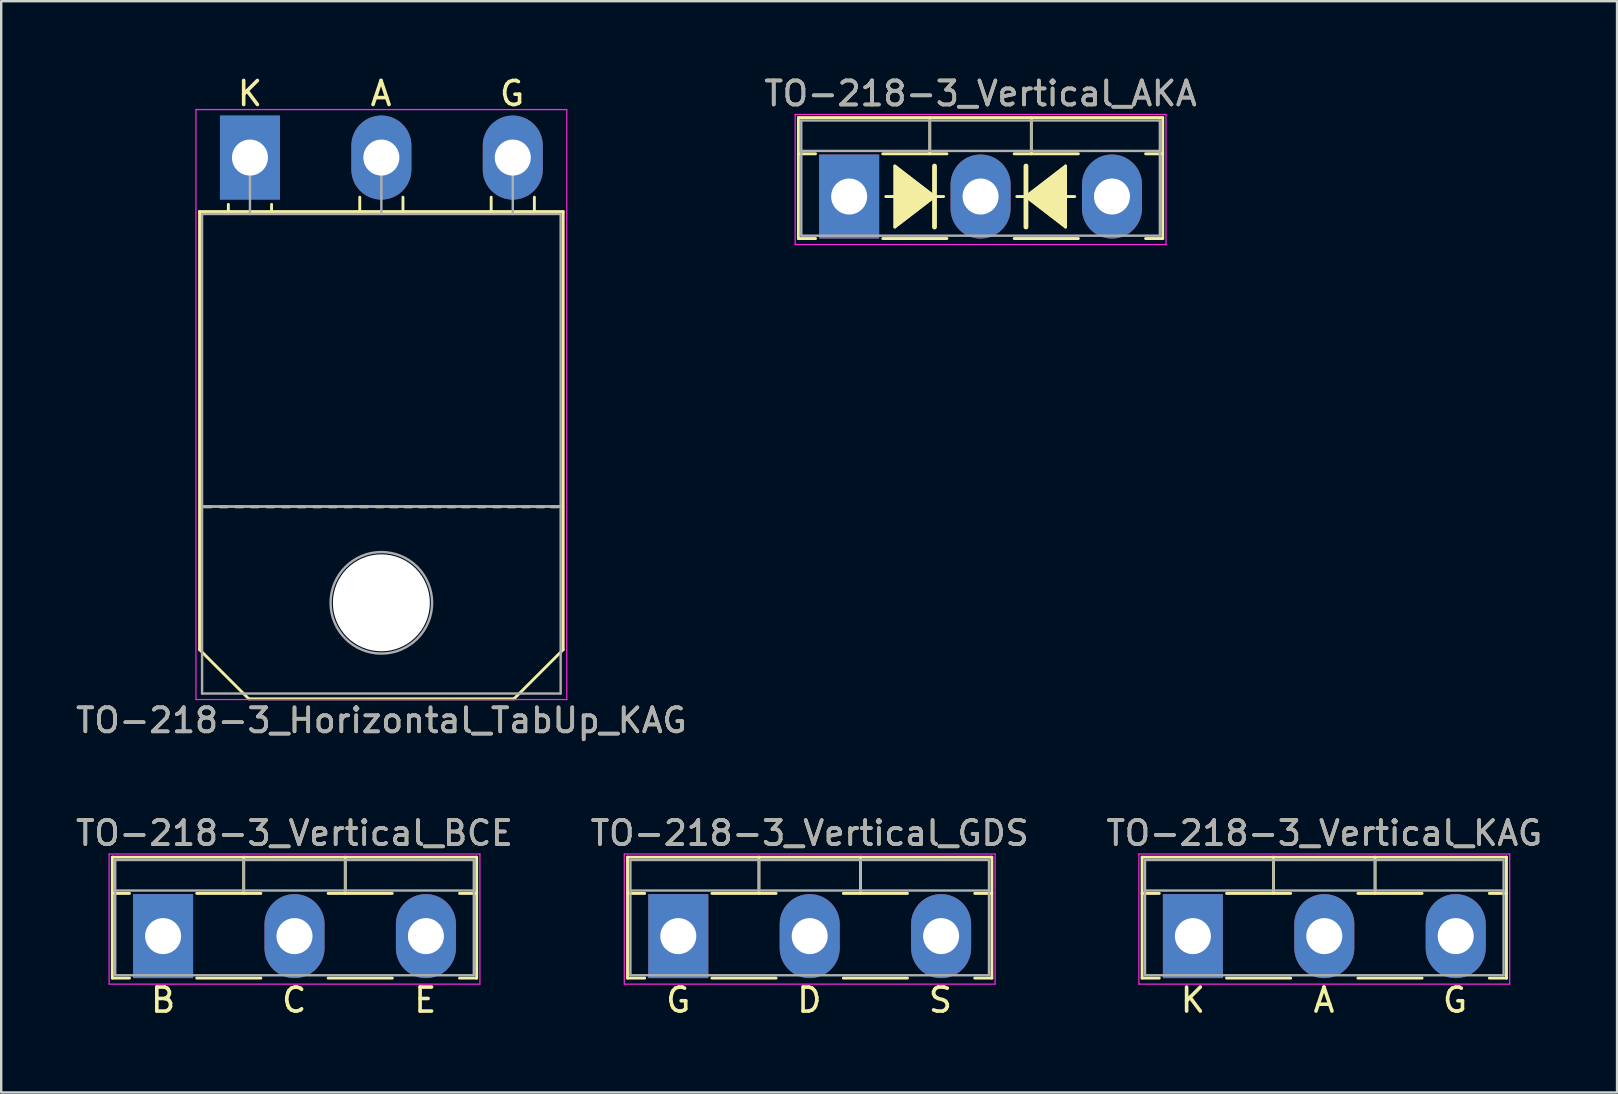
<source format=kicad_pcb>
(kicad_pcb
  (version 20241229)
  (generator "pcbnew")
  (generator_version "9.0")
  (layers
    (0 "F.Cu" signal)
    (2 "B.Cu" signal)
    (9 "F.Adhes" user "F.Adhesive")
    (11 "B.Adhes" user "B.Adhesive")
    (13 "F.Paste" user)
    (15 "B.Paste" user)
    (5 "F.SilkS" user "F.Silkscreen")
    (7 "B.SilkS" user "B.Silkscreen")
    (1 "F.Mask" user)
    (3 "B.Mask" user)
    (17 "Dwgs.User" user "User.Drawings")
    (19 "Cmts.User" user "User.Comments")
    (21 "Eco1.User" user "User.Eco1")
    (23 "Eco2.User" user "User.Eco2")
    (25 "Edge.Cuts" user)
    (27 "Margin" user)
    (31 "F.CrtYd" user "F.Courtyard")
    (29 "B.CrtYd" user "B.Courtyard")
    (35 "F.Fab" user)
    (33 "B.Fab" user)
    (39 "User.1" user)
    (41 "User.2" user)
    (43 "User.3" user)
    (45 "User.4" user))
  (footprint "TO-218-3_Vertical_GDS"
    (layer "F.Cu")
    (at 25.21 35.952)
    (property "Reference" "TO-218-3_Vertical_GDS" (at 5.475 -4.29 0) (layer "F.SilkS") (effects (font (size 1 1) (thickness 0.15))))
    (fp_line (start -2.115 -3.29) (end -2.115 1.75) (stroke (width 0.12) (type solid)) (layer "F.SilkS"))
    (fp_line (start -2.115 -3.29) (end 13.065 -3.29) (stroke (width 0.12) (type solid)) (layer "F.SilkS"))
    (fp_line (start -2.115 -1.78) (end -1.4 -1.78) (stroke (width 0.12) (type solid)) (layer "F.SilkS"))
    (fp_line (start -2.115 1.75) (end -1.4 1.75) (stroke (width 0.12) (type solid)) (layer "F.SilkS"))
    (fp_line (start 1.4 -1.78) (end 4.075 -1.78) (stroke (width 0.12) (type solid)) (layer "F.SilkS"))
    (fp_line (start 1.4 1.75) (end 4.075 1.75) (stroke (width 0.12) (type solid)) (layer "F.SilkS"))
    (fp_line (start 3.36 -3.29) (end 3.36 -1.78) (stroke (width 0.12) (type solid)) (layer "F.SilkS"))
    (fp_line (start 6.875 -1.78) (end 9.55 -1.78) (stroke (width 0.12) (type solid)) (layer "F.SilkS"))
    (fp_line (start 6.875 1.75) (end 9.55 1.75) (stroke (width 0.12) (type solid)) (layer "F.SilkS"))
    (fp_line (start 7.59 -3.29) (end 7.59 -1.78) (stroke (width 0.12) (type solid)) (layer "F.SilkS"))
    (fp_line (start 12.35 -1.78) (end 13.065 -1.78) (stroke (width 0.12) (type solid)) (layer "F.SilkS"))
    (fp_line (start 12.35 1.75) (end 13.065 1.75) (stroke (width 0.12) (type solid)) (layer "F.SilkS"))
    (fp_line (start 13.065 -3.29) (end 13.065 1.75) (stroke (width 0.12) (type solid)) (layer "F.SilkS"))
    (fp_line (start -2.25 -3.42) (end -2.25 2) (stroke (width 0.05) (type solid)) (layer "F.CrtYd"))
    (fp_line (start -2.25 2) (end 13.2 2) (stroke (width 0.05) (type solid)) (layer "F.CrtYd"))
    (fp_line (start 13.2 -3.42) (end -2.25 -3.42) (stroke (width 0.05) (type solid)) (layer "F.CrtYd"))
    (fp_line (start 13.2 2) (end 13.2 -3.42) (stroke (width 0.05) (type solid)) (layer "F.CrtYd"))
    (fp_line (start -1.995 -3.17) (end -1.995 1.63) (stroke (width 0.1) (type solid)) (layer "F.Fab"))
    (fp_line (start -1.995 -1.9) (end 12.945 -1.9) (stroke (width 0.1) (type solid)) (layer "F.Fab"))
    (fp_line (start -1.995 1.63) (end 12.945 1.63) (stroke (width 0.1) (type solid)) (layer "F.Fab"))
    (fp_line (start 3.36 -3.17) (end 3.36 -1.9) (stroke (width 0.1) (type solid)) (layer "F.Fab"))
    (fp_line (start 7.59 -3.17) (end 7.59 -1.9) (stroke (width 0.1) (type solid)) (layer "F.Fab"))
    (fp_line (start 12.945 -3.17) (end -1.995 -3.17) (stroke (width 0.1) (type solid)) (layer "F.Fab"))
    (fp_line (start 12.945 1.63) (end 12.945 -3.17) (stroke (width 0.1) (type solid)) (layer "F.Fab"))
    (fp_text user "S" (at 10.922 2.667 0) (unlocked yes) (layer "F.SilkS") (effects (font (size 1 1) (thickness 0.15))))
    (fp_text user "D" (at 5.461 2.667 0) (unlocked yes) (layer "F.SilkS") (effects (font (size 1 1) (thickness 0.15))))
    (fp_text user "G" (at 0 2.667 0) (unlocked yes) (layer "F.SilkS") (effects (font (size 1 1) (thickness 0.15))))
    (fp_text user "${REFERENCE}" (at 5.475 -4.29 0) (layer "F.Fab") (effects (font (size 1 1) (thickness 0.15))))
    (pad "1" thru_hole rect (at 0 0) (size 2.5 3.5) (drill 1.5) (layers "*.Cu" "*.Mask"))
    (pad "2" thru_hole oval (at 5.475 0) (size 2.5 3.5) (drill 1.5) (layers "*.Cu" "*.Mask"))
    (pad "3" thru_hole oval (at 10.95 0) (size 2.5 3.5) (drill 1.5) (layers "*.Cu" "*.Mask")))
  (footprint "TO-218-3_Vertical_AKA"
    (layer "F.Cu")
    (at 32.329 5.138)
    (property "Reference" "TO-218-3_Vertical_AKA" (at 5.475 -4.29 0) (layer "F.SilkS") (effects (font (size 1 1) (thickness 0.15))))
    (fp_line (start -2.115 -3.29) (end -2.115 1.75) (stroke (width 0.12) (type solid)) (layer "F.SilkS"))
    (fp_line (start -2.115 -3.29) (end 13.065 -3.29) (stroke (width 0.12) (type solid)) (layer "F.SilkS"))
    (fp_line (start -2.115 -1.78) (end -1.4 -1.78) (stroke (width 0.12) (type solid)) (layer "F.SilkS"))
    (fp_line (start -2.115 1.75) (end -1.4 1.75) (stroke (width 0.12) (type solid)) (layer "F.SilkS"))
    (fp_line (start 1.4 -1.78) (end 4.075 -1.78) (stroke (width 0.12) (type solid)) (layer "F.SilkS"))
    (fp_line (start 1.4 1.75) (end 4.075 1.75) (stroke (width 0.12) (type solid)) (layer "F.SilkS"))
    (fp_line (start 1.524 0) (end 1.905 0) (stroke (width 0.12) (type solid)) (layer "F.SilkS"))
    (fp_line (start 1.905 -1.27) (end 1.905 1.27) (stroke (width 0.12) (type solid)) (layer "F.SilkS"))
    (fp_line (start 1.905 1.27) (end 3.556 0) (stroke (width 0.12) (type solid)) (layer "F.SilkS"))
    (fp_line (start 3.36 -3.29) (end 3.36 -1.78) (stroke (width 0.12) (type solid)) (layer "F.SilkS"))
    (fp_line (start 3.556 0) (end 1.905 -1.27) (stroke (width 0.12) (type solid)) (layer "F.SilkS"))
    (fp_line (start 3.556 0) (end 3.556 -1.27) (stroke (width 0.2) (type solid)) (layer "F.SilkS"))
    (fp_line (start 3.556 1.27) (end 3.556 0) (stroke (width 0.2) (type solid)) (layer "F.SilkS"))
    (fp_line (start 3.937 0) (end 3.556 0) (stroke (width 0.12) (type solid)) (layer "F.SilkS"))
    (fp_line (start 6.875 -1.78) (end 9.55 -1.78) (stroke (width 0.12) (type solid)) (layer "F.SilkS"))
    (fp_line (start 6.875 1.75) (end 9.55 1.75) (stroke (width 0.12) (type solid)) (layer "F.SilkS"))
    (fp_line (start 6.985 0) (end 7.366 0) (stroke (width 0.12) (type solid)) (layer "F.SilkS"))
    (fp_line (start 7.366 -1.27) (end 7.366 0) (stroke (width 0.2) (type solid)) (layer "F.SilkS"))
    (fp_line (start 7.366 0) (end 7.366 1.27) (stroke (width 0.2) (type solid)) (layer "F.SilkS"))
    (fp_line (start 7.366 0) (end 9.017 1.27) (stroke (width 0.12) (type solid)) (layer "F.SilkS"))
    (fp_line (start 7.59 -3.29) (end 7.59 -1.78) (stroke (width 0.12) (type solid)) (layer "F.SilkS"))
    (fp_line (start 9.017 -1.27) (end 7.366 0) (stroke (width 0.12) (type solid)) (layer "F.SilkS"))
    (fp_line (start 9.017 1.27) (end 9.017 -1.27) (stroke (width 0.12) (type solid)) (layer "F.SilkS"))
    (fp_line (start 9.398 0) (end 9.017 0) (stroke (width 0.12) (type solid)) (layer "F.SilkS"))
    (fp_line (start 12.35 -1.78) (end 13.065 -1.78) (stroke (width 0.12) (type solid)) (layer "F.SilkS"))
    (fp_line (start 12.35 1.75) (end 13.065 1.75) (stroke (width 0.12) (type solid)) (layer "F.SilkS"))
    (fp_line (start 13.065 -3.29) (end 13.065 1.75) (stroke (width 0.12) (type solid)) (layer "F.SilkS"))
    (fp_poly (pts (xy 3.556 0) (xy 1.905 1.27) (xy 1.905 -1.27)) (stroke (width 0.1) (type solid)) (fill yes) (layer "F.SilkS"))
    (fp_poly (pts (xy 9.017 1.27) (xy 7.366 0) (xy 9.017 -1.27)) (stroke (width 0.1) (type solid)) (fill yes) (layer "F.SilkS"))
    (fp_line (start -2.25 -3.42) (end -2.25 2) (stroke (width 0.05) (type solid)) (layer "F.CrtYd"))
    (fp_line (start -2.25 2) (end 13.2 2) (stroke (width 0.05) (type solid)) (layer "F.CrtYd"))
    (fp_line (start 13.2 -3.42) (end -2.25 -3.42) (stroke (width 0.05) (type solid)) (layer "F.CrtYd"))
    (fp_line (start 13.2 2) (end 13.2 -3.42) (stroke (width 0.05) (type solid)) (layer "F.CrtYd"))
    (fp_line (start -1.995 -3.17) (end -1.995 1.63) (stroke (width 0.1) (type solid)) (layer "F.Fab"))
    (fp_line (start -1.995 -1.9) (end 12.945 -1.9) (stroke (width 0.1) (type solid)) (layer "F.Fab"))
    (fp_line (start -1.995 1.63) (end 12.945 1.63) (stroke (width 0.1) (type solid)) (layer "F.Fab"))
    (fp_line (start 3.36 -3.17) (end 3.36 -1.9) (stroke (width 0.1) (type solid)) (layer "F.Fab"))
    (fp_line (start 7.59 -3.17) (end 7.59 -1.9) (stroke (width 0.1) (type solid)) (layer "F.Fab"))
    (fp_line (start 12.945 -3.17) (end -1.995 -3.17) (stroke (width 0.1) (type solid)) (layer "F.Fab"))
    (fp_line (start 12.945 1.63) (end 12.945 -3.17) (stroke (width 0.1) (type solid)) (layer "F.Fab"))
    (fp_text user "${REFERENCE}" (at 5.475 -4.29 0) (layer "F.Fab") (effects (font (size 1 1) (thickness 0.15))))
    (pad "1" thru_hole rect (at 0 0) (size 2.5 3.5) (drill 1.5) (layers "*.Cu" "*.Mask"))
    (pad "2" thru_hole oval (at 5.475 0) (size 2.5 3.5) (drill 1.5) (layers "*.Cu" "*.Mask"))
    (pad "3" thru_hole oval (at 10.95 0) (size 2.5 3.5) (drill 1.5) (layers "*.Cu" "*.Mask")))
  (footprint "TO-218-3_Horizontal_TabUp_KAG"
    (layer "F.Cu")
    (at 7.364 3.515)
    (property "Reference" "TO-218-3_Horizontal_TabUp_KAG" (at 5.475 23.45 0) (layer "F.SilkS") (effects (font (size 1 1) (thickness 0.15))))
    (fp_line (start -2.1 2.25) (end 13.05 2.25) (stroke (width 0.12) (type solid)) (layer "F.SilkS"))
    (fp_line (start -2.1 20.5) (end -2.1 2.25) (stroke (width 0.12) (type solid)) (layer "F.SilkS"))
    (fp_line (start -2.1 20.5) (end -0.05 22.55) (stroke (width 0.12) (type solid)) (layer "F.SilkS"))
    (fp_line (start -1.6 14.55) (end -1.9 14.55) (stroke (width 0.12) (type solid)) (layer "F.SilkS"))
    (fp_line (start -0.95 14.55) (end -1.25 14.55) (stroke (width 0.12) (type solid)) (layer "F.SilkS"))
    (fp_line (start -0.9 2.2) (end -0.9 1.95) (stroke (width 0.12) (type solid)) (layer "F.SilkS"))
    (fp_line (start -0.3 14.55) (end -0.6 14.55) (stroke (width 0.12) (type solid)) (layer "F.SilkS"))
    (fp_line (start 0.35 14.55) (end 0.05 14.55) (stroke (width 0.12) (type solid)) (layer "F.SilkS"))
    (fp_line (start 0.9 2.2) (end 0.9 1.95) (stroke (width 0.12) (type solid)) (layer "F.SilkS"))
    (fp_line (start 1 14.55) (end 0.7 14.55) (stroke (width 0.12) (type solid)) (layer "F.SilkS"))
    (fp_line (start 1.65 14.55) (end 1.35 14.55) (stroke (width 0.12) (type solid)) (layer "F.SilkS"))
    (fp_line (start 2.3 14.55) (end 2 14.55) (stroke (width 0.12) (type solid)) (layer "F.SilkS"))
    (fp_line (start 2.95 14.55) (end 2.65 14.55) (stroke (width 0.12) (type solid)) (layer "F.SilkS"))
    (fp_line (start 3.6 14.55) (end 3.3 14.55) (stroke (width 0.12) (type solid)) (layer "F.SilkS"))
    (fp_line (start 4.25 14.55) (end 3.95 14.55) (stroke (width 0.12) (type solid)) (layer "F.SilkS"))
    (fp_line (start 4.575 2.2) (end 4.575 1.65) (stroke (width 0.12) (type solid)) (layer "F.SilkS"))
    (fp_line (start 4.9 14.55) (end 4.6 14.55) (stroke (width 0.12) (type solid)) (layer "F.SilkS"))
    (fp_line (start 5.55 14.55) (end 5.25 14.55) (stroke (width 0.12) (type solid)) (layer "F.SilkS"))
    (fp_line (start 6.15 14.55) (end 5.85 14.55) (stroke (width 0.12) (type solid)) (layer "F.SilkS"))
    (fp_line (start 6.375 2.2) (end 6.375 1.65) (stroke (width 0.12) (type solid)) (layer "F.SilkS"))
    (fp_line (start 6.75 14.55) (end 6.45 14.55) (stroke (width 0.12) (type solid)) (layer "F.SilkS"))
    (fp_line (start 7.35 14.55) (end 7.05 14.55) (stroke (width 0.12) (type solid)) (layer "F.SilkS"))
    (fp_line (start 7.95 14.55) (end 7.65 14.55) (stroke (width 0.12) (type solid)) (layer "F.SilkS"))
    (fp_line (start 8.55 14.55) (end 8.25 14.55) (stroke (width 0.12) (type solid)) (layer "F.SilkS"))
    (fp_line (start 9.15 14.55) (end 8.85 14.55) (stroke (width 0.12) (type solid)) (layer "F.SilkS"))
    (fp_line (start 9.8 14.55) (end 9.5 14.55) (stroke (width 0.12) (type solid)) (layer "F.SilkS"))
    (fp_line (start 10.05 2.2) (end 10.05 1.65) (stroke (width 0.12) (type solid)) (layer "F.SilkS"))
    (fp_line (start 10.45 14.55) (end 10.15 14.55) (stroke (width 0.12) (type solid)) (layer "F.SilkS"))
    (fp_line (start 11 22.55) (end -0.05 22.55) (stroke (width 0.12) (type solid)) (layer "F.SilkS"))
    (fp_line (start 11.05 14.55) (end 10.75 14.55) (stroke (width 0.12) (type solid)) (layer "F.SilkS"))
    (fp_line (start 11.65 14.55) (end 11.35 14.55) (stroke (width 0.12) (type solid)) (layer "F.SilkS"))
    (fp_line (start 11.85 2.2) (end 11.85 1.65) (stroke (width 0.12) (type solid)) (layer "F.SilkS"))
    (fp_line (start 12.25 14.55) (end 11.95 14.55) (stroke (width 0.12) (type solid)) (layer "F.SilkS"))
    (fp_line (start 12.85 14.55) (end 12.55 14.55) (stroke (width 0.12) (type solid)) (layer "F.SilkS"))
    (fp_line (start 13.05 2.25) (end 13.05 20.5) (stroke (width 0.12) (type solid)) (layer "F.SilkS"))
    (fp_line (start 13.05 20.5) (end 11 22.55) (stroke (width 0.12) (type solid)) (layer "F.SilkS"))
    (fp_line (start -2.25 -2) (end -2.25 22.58) (stroke (width 0.05) (type solid)) (layer "F.CrtYd"))
    (fp_line (start -2.25 22.58) (end 13.2 22.58) (stroke (width 0.05) (type solid)) (layer "F.CrtYd"))
    (fp_line (start 13.2 -2) (end -2.25 -2) (stroke (width 0.05) (type solid)) (layer "F.CrtYd"))
    (fp_line (start 13.2 22.58) (end 13.2 -2) (stroke (width 0.05) (type solid)) (layer "F.CrtYd"))
    (fp_line (start -1.995 2.35) (end -1.995 14.54) (stroke (width 0.1) (type solid)) (layer "F.Fab"))
    (fp_line (start -1.995 14.54) (end -1.995 22.33) (stroke (width 0.1) (type solid)) (layer "F.Fab"))
    (fp_line (start -1.995 14.54) (end 12.945 14.54) (stroke (width 0.1) (type solid)) (layer "F.Fab"))
    (fp_line (start -1.995 22.33) (end 12.945 22.33) (stroke (width 0.1) (type solid)) (layer "F.Fab"))
    (fp_line (start 0 2.35) (end 0 0) (stroke (width 0.1) (type solid)) (layer "F.Fab"))
    (fp_line (start 5.475 2.35) (end 5.475 0) (stroke (width 0.1) (type solid)) (layer "F.Fab"))
    (fp_line (start 10.95 2.35) (end 10.95 0) (stroke (width 0.1) (type solid)) (layer "F.Fab"))
    (fp_line (start 12.945 2.35) (end -1.995 2.35) (stroke (width 0.1) (type solid)) (layer "F.Fab"))
    (fp_line (start 12.945 14.54) (end -1.995 14.54) (stroke (width 0.1) (type solid)) (layer "F.Fab"))
    (fp_line (start 12.945 14.54) (end 12.945 2.35) (stroke (width 0.1) (type solid)) (layer "F.Fab"))
    (fp_line (start 12.945 22.33) (end 12.945 14.54) (stroke (width 0.1) (type solid)) (layer "F.Fab"))
    (fp_circle (center 5.475 18.55) (end 7.59 18.55) (stroke (width 0.1) (type solid)) (fill no) (layer "F.Fab"))
    (fp_text user "K" (at 0 -2.667 0) (unlocked yes) (layer "F.SilkS") (effects (font (size 1 1) (thickness 0.15))))
    (fp_text user "G" (at 10.922 -2.667 0) (unlocked yes) (layer "F.SilkS") (effects (font (size 1 1) (thickness 0.15))))
    (fp_text user "A" (at 5.461 -2.667 0) (unlocked yes) (layer "F.SilkS") (effects (font (size 1 1) (thickness 0.15))))
    (fp_text user "${REFERENCE}" (at 5.475 23.45 0) (layer "F.Fab") (effects (font (size 1 1) (thickness 0.15))))
    (pad "" np_thru_hole oval (at 5.475 18.55) (size 4.04 4.04) (drill 4.04) (layers "*.Cu" "*.Mask"))
    (pad "1" thru_hole rect (at 0 0) (size 2.5 3.5) (drill 1.5) (layers "*.Cu" "*.Mask"))
    (pad "2" thru_hole oval (at 5.475 0) (size 2.5 3.5) (drill 1.5) (layers "*.Cu" "*.Mask"))
    (pad "3" thru_hole oval (at 10.95 0) (size 2.5 3.5) (drill 1.5) (layers "*.Cu" "*.Mask")))
  (footprint "TO-218-3_Vertical_BCE"
    (layer "F.Cu")
    (at 3.745 35.952)
    (property "Reference" "TO-218-3_Vertical_BCE" (at 5.475 -4.29 0) (layer "F.SilkS") (effects (font (size 1 1) (thickness 0.15))))
    (fp_line (start -2.115 -3.29) (end -2.115 1.75) (stroke (width 0.12) (type solid)) (layer "F.SilkS"))
    (fp_line (start -2.115 -3.29) (end 13.065 -3.29) (stroke (width 0.12) (type solid)) (layer "F.SilkS"))
    (fp_line (start -2.115 -1.78) (end -1.4 -1.78) (stroke (width 0.12) (type solid)) (layer "F.SilkS"))
    (fp_line (start -2.115 1.75) (end -1.4 1.75) (stroke (width 0.12) (type solid)) (layer "F.SilkS"))
    (fp_line (start 1.4 -1.78) (end 4.075 -1.78) (stroke (width 0.12) (type solid)) (layer "F.SilkS"))
    (fp_line (start 1.4 1.75) (end 4.075 1.75) (stroke (width 0.12) (type solid)) (layer "F.SilkS"))
    (fp_line (start 3.36 -3.29) (end 3.36 -1.78) (stroke (width 0.12) (type solid)) (layer "F.SilkS"))
    (fp_line (start 6.875 -1.78) (end 9.55 -1.78) (stroke (width 0.12) (type solid)) (layer "F.SilkS"))
    (fp_line (start 6.875 1.75) (end 9.55 1.75) (stroke (width 0.12) (type solid)) (layer "F.SilkS"))
    (fp_line (start 7.59 -3.29) (end 7.59 -1.78) (stroke (width 0.12) (type solid)) (layer "F.SilkS"))
    (fp_line (start 12.35 -1.78) (end 13.065 -1.78) (stroke (width 0.12) (type solid)) (layer "F.SilkS"))
    (fp_line (start 12.35 1.75) (end 13.065 1.75) (stroke (width 0.12) (type solid)) (layer "F.SilkS"))
    (fp_line (start 13.065 -3.29) (end 13.065 1.75) (stroke (width 0.12) (type solid)) (layer "F.SilkS"))
    (fp_line (start -2.25 -3.42) (end -2.25 2) (stroke (width 0.05) (type solid)) (layer "F.CrtYd"))
    (fp_line (start -2.25 2) (end 13.2 2) (stroke (width 0.05) (type solid)) (layer "F.CrtYd"))
    (fp_line (start 13.2 -3.42) (end -2.25 -3.42) (stroke (width 0.05) (type solid)) (layer "F.CrtYd"))
    (fp_line (start 13.2 2) (end 13.2 -3.42) (stroke (width 0.05) (type solid)) (layer "F.CrtYd"))
    (fp_line (start -1.995 -3.17) (end -1.995 1.63) (stroke (width 0.1) (type solid)) (layer "F.Fab"))
    (fp_line (start -1.995 -1.9) (end 12.945 -1.9) (stroke (width 0.1) (type solid)) (layer "F.Fab"))
    (fp_line (start -1.995 1.63) (end 12.945 1.63) (stroke (width 0.1) (type solid)) (layer "F.Fab"))
    (fp_line (start 3.36 -3.17) (end 3.36 -1.9) (stroke (width 0.1) (type solid)) (layer "F.Fab"))
    (fp_line (start 7.59 -3.17) (end 7.59 -1.9) (stroke (width 0.1) (type solid)) (layer "F.Fab"))
    (fp_line (start 12.945 -3.17) (end -1.995 -3.17) (stroke (width 0.1) (type solid)) (layer "F.Fab"))
    (fp_line (start 12.945 1.63) (end 12.945 -3.17) (stroke (width 0.1) (type solid)) (layer "F.Fab"))
    (fp_text user "E" (at 10.922 2.667 0) (unlocked yes) (layer "F.SilkS") (effects (font (size 1 1) (thickness 0.15))))
    (fp_text user "B" (at 0 2.667 0) (unlocked yes) (layer "F.SilkS") (effects (font (size 1 1) (thickness 0.15))))
    (fp_text user "C" (at 5.461 2.667 0) (unlocked yes) (layer "F.SilkS") (effects (font (size 1 1) (thickness 0.15))))
    (fp_text user "${REFERENCE}" (at 5.475 -4.29 0) (layer "F.Fab") (effects (font (size 1 1) (thickness 0.15))))
    (pad "1" thru_hole rect (at 0 0) (size 2.5 3.5) (drill 1.5) (layers "*.Cu" "*.Mask"))
    (pad "2" thru_hole oval (at 5.475 0) (size 2.5 3.5) (drill 1.5) (layers "*.Cu" "*.Mask"))
    (pad "3" thru_hole oval (at 10.95 0) (size 2.5 3.5) (drill 1.5) (layers "*.Cu" "*.Mask")))
  (footprint "TO-218-3_Vertical_KAG"
    (layer "F.Cu")
    (at 46.65 35.952)
    (property "Reference" "TO-218-3_Vertical_KAG" (at 5.475 -4.29 0) (layer "F.SilkS") (effects (font (size 1 1) (thickness 0.15))))
    (fp_line (start -2.115 -3.29) (end -2.115 1.75) (stroke (width 0.12) (type solid)) (layer "F.SilkS"))
    (fp_line (start -2.115 -3.29) (end 13.065 -3.29) (stroke (width 0.12) (type solid)) (layer "F.SilkS"))
    (fp_line (start -2.115 -1.78) (end -1.4 -1.78) (stroke (width 0.12) (type solid)) (layer "F.SilkS"))
    (fp_line (start -2.115 1.75) (end -1.4 1.75) (stroke (width 0.12) (type solid)) (layer "F.SilkS"))
    (fp_line (start 1.4 -1.78) (end 4.075 -1.78) (stroke (width 0.12) (type solid)) (layer "F.SilkS"))
    (fp_line (start 1.4 1.75) (end 4.075 1.75) (stroke (width 0.12) (type solid)) (layer "F.SilkS"))
    (fp_line (start 3.36 -3.29) (end 3.36 -1.78) (stroke (width 0.12) (type solid)) (layer "F.SilkS"))
    (fp_line (start 6.875 -1.78) (end 9.55 -1.78) (stroke (width 0.12) (type solid)) (layer "F.SilkS"))
    (fp_line (start 6.875 1.75) (end 9.55 1.75) (stroke (width 0.12) (type solid)) (layer "F.SilkS"))
    (fp_line (start 7.59 -3.29) (end 7.59 -1.78) (stroke (width 0.12) (type solid)) (layer "F.SilkS"))
    (fp_line (start 12.35 -1.78) (end 13.065 -1.78) (stroke (width 0.12) (type solid)) (layer "F.SilkS"))
    (fp_line (start 12.35 1.75) (end 13.065 1.75) (stroke (width 0.12) (type solid)) (layer "F.SilkS"))
    (fp_line (start 13.065 -3.29) (end 13.065 1.75) (stroke (width 0.12) (type solid)) (layer "F.SilkS"))
    (fp_line (start -2.25 -3.42) (end -2.25 2) (stroke (width 0.05) (type solid)) (layer "F.CrtYd"))
    (fp_line (start -2.25 2) (end 13.2 2) (stroke (width 0.05) (type solid)) (layer "F.CrtYd"))
    (fp_line (start 13.2 -3.42) (end -2.25 -3.42) (stroke (width 0.05) (type solid)) (layer "F.CrtYd"))
    (fp_line (start 13.2 2) (end 13.2 -3.42) (stroke (width 0.05) (type solid)) (layer "F.CrtYd"))
    (fp_line (start -1.995 -3.17) (end -1.995 1.63) (stroke (width 0.1) (type solid)) (layer "F.Fab"))
    (fp_line (start -1.995 -1.9) (end 12.945 -1.9) (stroke (width 0.1) (type solid)) (layer "F.Fab"))
    (fp_line (start -1.995 1.63) (end 12.945 1.63) (stroke (width 0.1) (type solid)) (layer "F.Fab"))
    (fp_line (start 3.36 -3.17) (end 3.36 -1.9) (stroke (width 0.1) (type solid)) (layer "F.Fab"))
    (fp_line (start 7.59 -3.17) (end 7.59 -1.9) (stroke (width 0.1) (type solid)) (layer "F.Fab"))
    (fp_line (start 12.945 -3.17) (end -1.995 -3.17) (stroke (width 0.1) (type solid)) (layer "F.Fab"))
    (fp_line (start 12.945 1.63) (end 12.945 -3.17) (stroke (width 0.1) (type solid)) (layer "F.Fab"))
    (fp_text user "K" (at 0 2.667 0) (unlocked yes) (layer "F.SilkS") (effects (font (size 1 1) (thickness 0.15))))
    (fp_text user "G" (at 10.922 2.667 0) (unlocked yes) (layer "F.SilkS") (effects (font (size 1 1) (thickness 0.15))))
    (fp_text user "A" (at 5.461 2.667 0) (unlocked yes) (layer "F.SilkS") (effects (font (size 1 1) (thickness 0.15))))
    (fp_text user "${REFERENCE}" (at 5.475 -4.29 0) (layer "F.Fab") (effects (font (size 1 1) (thickness 0.15))))
    (pad "1" thru_hole rect (at 0 0) (size 2.5 3.5) (drill 1.5) (layers "*.Cu" "*.Mask"))
    (pad "2" thru_hole oval (at 5.475 0) (size 2.5 3.5) (drill 1.5) (layers "*.Cu" "*.Mask"))
    (pad "3" thru_hole oval (at 10.95 0) (size 2.5 3.5) (drill 1.5) (layers "*.Cu" "*.Mask")))
  (gr_rect
    (start -3 -3)
    (end 64.321 42.467)
    (stroke (width 0.1) (type default))
    (fill no)
    (layer "Edge.Cuts")))
</source>
